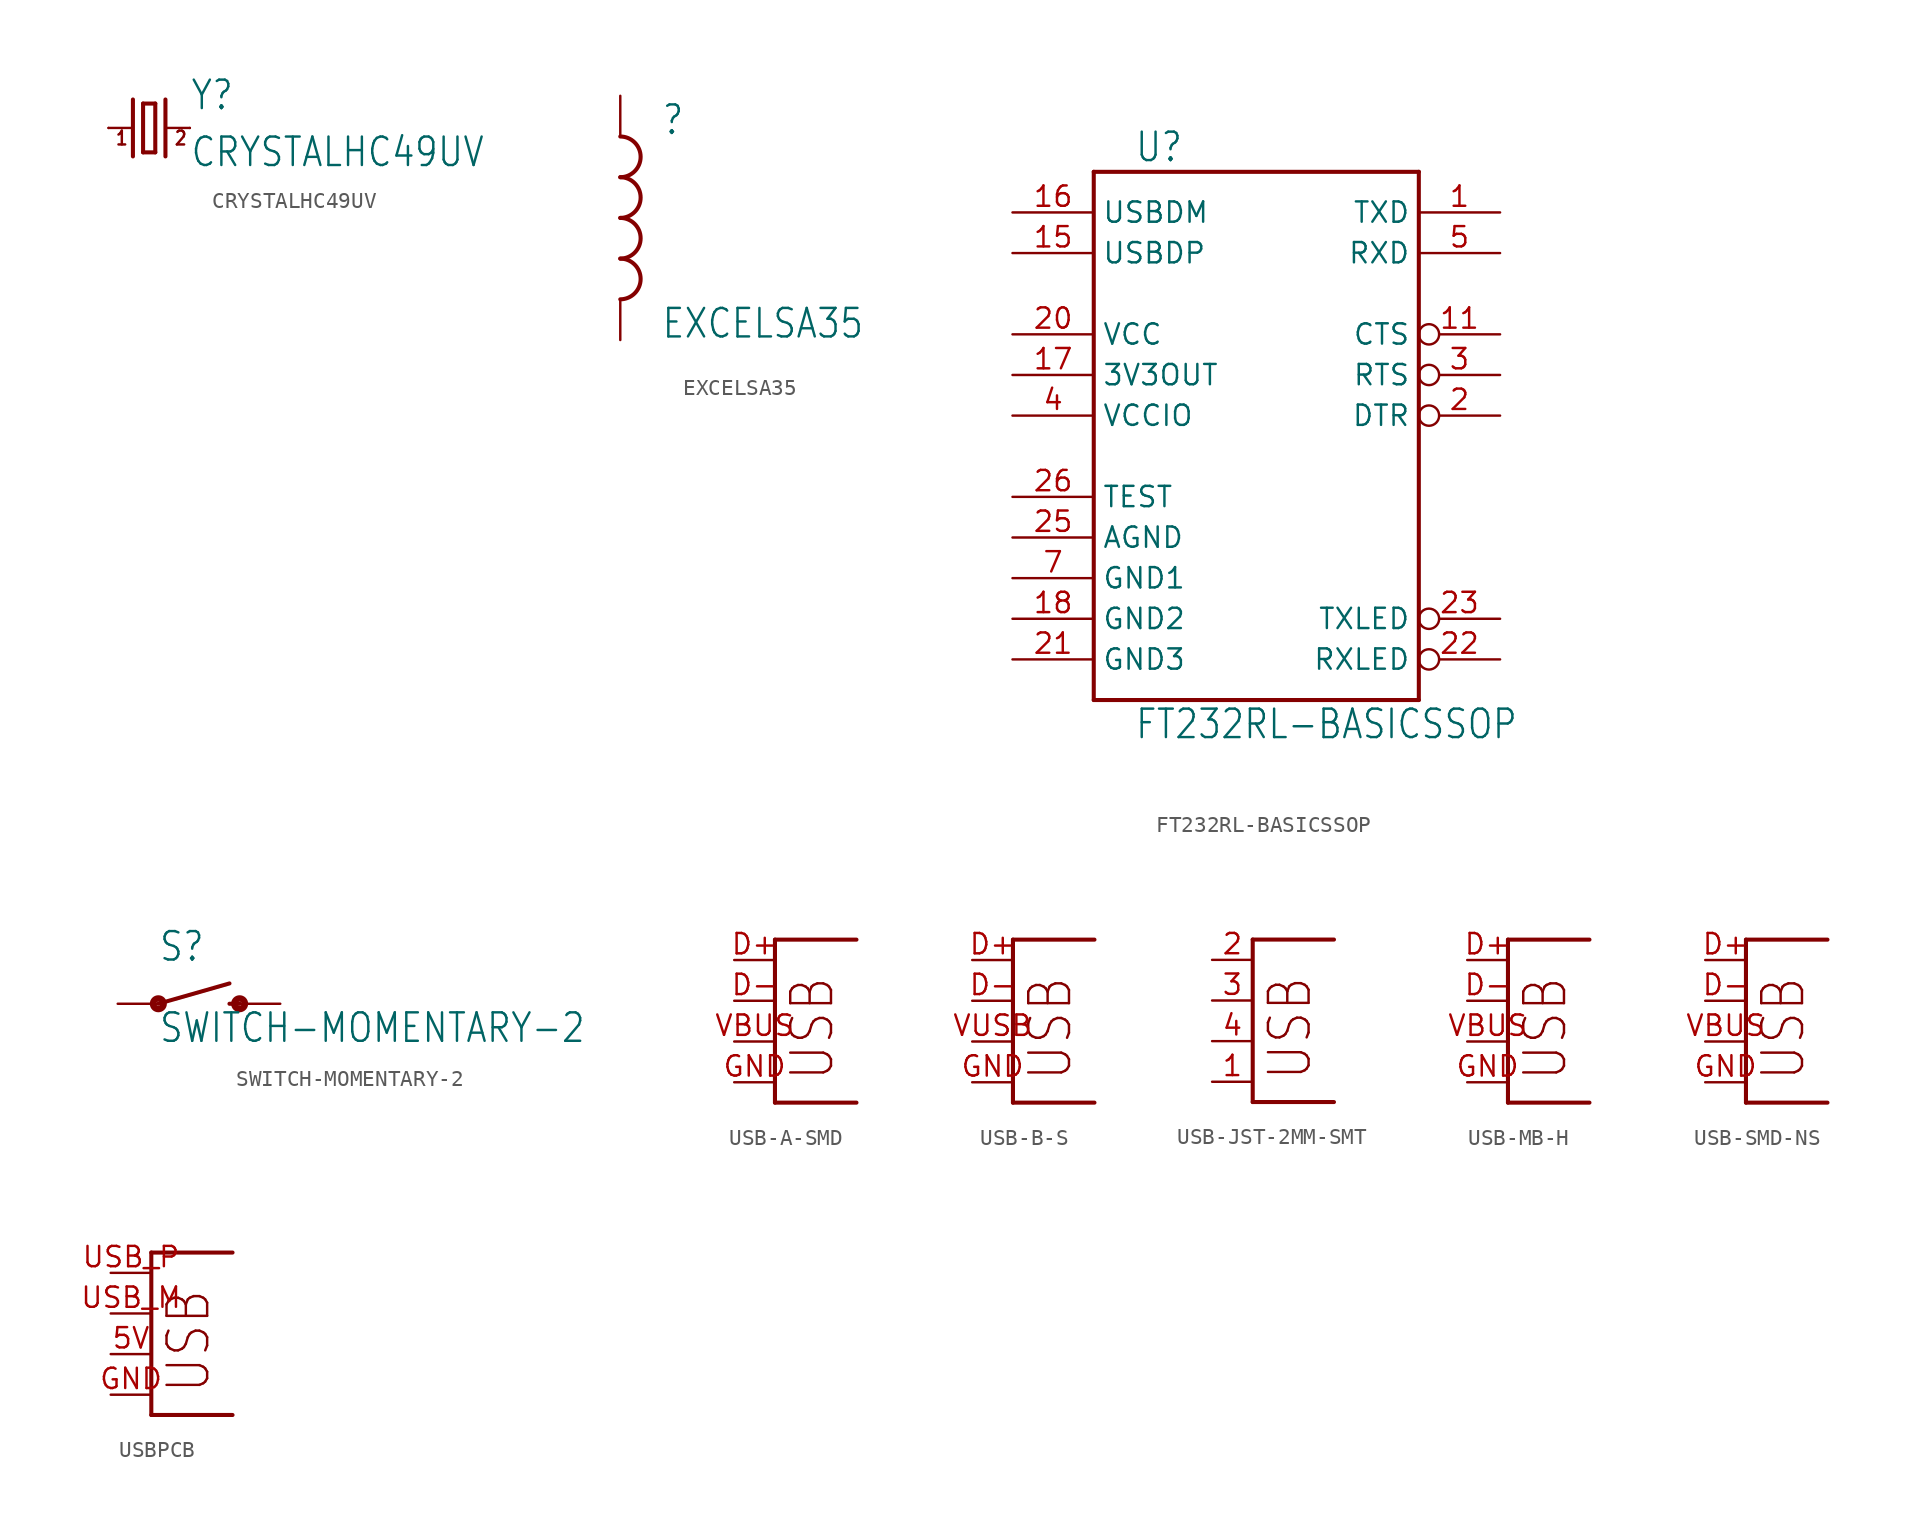
<source format=kicad_sym>
(kicad_symbol_lib
  (version 20211014)
  (generator kicad_symbol_editor)
  (symbol "CRYSTALHC49UV"
    (property "Reference" "Y"
      (at 2.54 1.016 0)
      (effects (font (size 1.778 1.511)) (justify left bottom)))
    (property "Value" "CRYSTALHC49UV"
      (at 2.54 -2.54 0)
      (effects (font (size 1.778 1.511)) (justify left bottom)))
    (property "ki_locked" ""
      (at 0 0 0)
      (effects (font (size 1.27 1.27))))
    (symbol "CRYSTALHC49UV_1_0"
      (polyline (pts (xy -2.54 0) (xy -1.016 0)) (stroke (width 0.152) (type default) (color 0 0 0 0)) (fill (type none)))
      (polyline (pts (xy -1.016 1.778) (xy -1.016 -1.778)) (stroke (width 0.254) (type default) (color 0 0 0 0)) (fill (type none)))
      (polyline (pts (xy -0.381 -1.524) (xy 0.381 -1.524)) (stroke (width 0.254) (type default) (color 0 0 0 0)) (fill (type none)))
      (polyline (pts (xy -0.381 1.524) (xy -0.381 -1.524)) (stroke (width 0.254) (type default) (color 0 0 0 0)) (fill (type none)))
      (polyline (pts (xy 0.381 -1.524) (xy 0.381 1.524)) (stroke (width 0.254) (type default) (color 0 0 0 0)) (fill (type none)))
      (polyline (pts (xy 0.381 1.524) (xy -0.381 1.524)) (stroke (width 0.254) (type default) (color 0 0 0 0)) (fill (type none)))
      (polyline (pts (xy 1.016 0) (xy 2.54 0)) (stroke (width 0.152) (type default) (color 0 0 0 0)) (fill (type none)))
      (polyline (pts (xy 1.016 1.778) (xy 1.016 -1.778)) (stroke (width 0.254) (type default) (color 0 0 0 0)) (fill (type none)))
      (text "1" (at -2.159 -1.143 0) (effects (font (size 0.864 0.734)) (justify left bottom)))
      (text "2" (at 1.524 -1.143 0) (effects (font (size 0.864 0.734)) (justify left bottom)))
      (pin passive line (at -2.54 0 0) (length 0) (name "1" (effects (font (size 0 0)))) (number "1" (effects (font (size 0 0)))))
      (pin passive line (at 2.54 0 180) (length 0) (name "2" (effects (font (size 0 0)))) (number "2" (effects (font (size 0 0)))))))
  (symbol "EXCELSA35"
    (property "Reference" ""
      (at 2.54 5.08 0)
      (effects (font (size 1.778 1.511)) (justify left bottom)))
    (property "Value" "EXCELSA35"
      (at 2.54 -7.62 0)
      (effects (font (size 1.778 1.511)) (justify left bottom)))
    (property "ki_locked" ""
      (at 0 0 0)
      (effects (font (size 1.27 1.27))))
    (symbol "EXCELSA35_1_0"
      (arc (start 0 -5.08) (mid 1.27 -3.81) (end 0 -2.54) (stroke (width 0.254) (type default) (color 0 0 0 0)) (fill (type none)))
      (arc (start 0 -2.54) (mid 1.27 -1.27) (end 0 0) (stroke (width 0.254) (type default) (color 0 0 0 0)) (fill (type none)))
      (arc (start 0 0) (mid 1.27 1.27) (end 0 2.54) (stroke (width 0.254) (type default) (color 0 0 0 0)) (fill (type none)))
      (arc (start 0 2.54) (mid 1.27 3.81) (end 0 5.08) (stroke (width 0.254) (type default) (color 0 0 0 0)) (fill (type none)))
      (pin passive line (at 0 7.62 270) (length 2.54) (name "1" (effects (font (size 0 0)))) (number "P1" (effects (font (size 0 0)))))
      (pin passive line (at 0 -7.62 90) (length 2.54) (name "2" (effects (font (size 0 0)))) (number "P2" (effects (font (size 0 0)))))))
  (symbol "FT232RL-BASICSSOP"
    (property "Reference" "U"
      (at -7.62 15.748 0)
      (effects (font (size 1.778 1.511)) (justify left bottom)))
    (property "Value" "FT232RL-BASICSSOP"
      (at -7.62 -20.32 0)
      (effects (font (size 1.778 1.511)) (justify left bottom)))
    (property "ki_locked" ""
      (at 0 0 0)
      (effects (font (size 1.27 1.27))))
    (symbol "FT232RL-BASICSSOP_1_0"
      (polyline (pts (xy -10.16 -17.78) (xy -10.16 15.24)) (stroke (width 0.254) (type default) (color 0 0 0 0)) (fill (type none)))
      (polyline (pts (xy -10.16 15.24) (xy 10.16 15.24)) (stroke (width 0.254) (type default) (color 0 0 0 0)) (fill (type none)))
      (polyline (pts (xy 10.16 -17.78) (xy -10.16 -17.78)) (stroke (width 0.254) (type default) (color 0 0 0 0)) (fill (type none)))
      (polyline (pts (xy 10.16 15.24) (xy 10.16 -17.78)) (stroke (width 0.254) (type default) (color 0 0 0 0)) (fill (type none)))
      (pin output line (at 15.24 12.7 180) (length 5.08) (name "TXD" (effects (font (size 1.27 1.27)))) (number "1" (effects (font (size 1.27 1.27)))))
      (pin bidirectional inverted (at 15.24 5.08 180) (length 5.08) (name "CTS" (effects (font (size 1.27 1.27)))) (number "11" (effects (font (size 1.27 1.27)))))
      (pin bidirectional line (at -15.24 10.16 0) (length 5.08) (name "USBDP" (effects (font (size 1.27 1.27)))) (number "15" (effects (font (size 1.27 1.27)))))
      (pin bidirectional line (at -15.24 12.7 0) (length 5.08) (name "USBDM" (effects (font (size 1.27 1.27)))) (number "16" (effects (font (size 1.27 1.27)))))
      (pin output line (at -15.24 2.54 0) (length 5.08) (name "3V3OUT" (effects (font (size 1.27 1.27)))) (number "17" (effects (font (size 1.27 1.27)))))
      (pin power_in line (at -15.24 -12.7 0) (length 5.08) (name "GND2" (effects (font (size 1.27 1.27)))) (number "18" (effects (font (size 1.27 1.27)))))
      (pin bidirectional inverted (at 15.24 0 180) (length 5.08) (name "DTR" (effects (font (size 1.27 1.27)))) (number "2" (effects (font (size 1.27 1.27)))))
      (pin power_in line (at -15.24 5.08 0) (length 5.08) (name "VCC" (effects (font (size 1.27 1.27)))) (number "20" (effects (font (size 1.27 1.27)))))
      (pin power_in line (at -15.24 -15.24 0) (length 5.08) (name "GND3" (effects (font (size 1.27 1.27)))) (number "21" (effects (font (size 1.27 1.27)))))
      (pin bidirectional inverted (at 15.24 -15.24 180) (length 5.08) (name "RXLED" (effects (font (size 1.27 1.27)))) (number "22" (effects (font (size 1.27 1.27)))))
      (pin bidirectional inverted (at 15.24 -12.7 180) (length 5.08) (name "TXLED" (effects (font (size 1.27 1.27)))) (number "23" (effects (font (size 1.27 1.27)))))
      (pin power_in line (at -15.24 -7.62 0) (length 5.08) (name "AGND" (effects (font (size 1.27 1.27)))) (number "25" (effects (font (size 1.27 1.27)))))
      (pin input line (at -15.24 -5.08 0) (length 5.08) (name "TEST" (effects (font (size 1.27 1.27)))) (number "26" (effects (font (size 1.27 1.27)))))
      (pin bidirectional inverted (at 15.24 2.54 180) (length 5.08) (name "RTS" (effects (font (size 1.27 1.27)))) (number "3" (effects (font (size 1.27 1.27)))))
      (pin power_in line (at -15.24 0 0) (length 5.08) (name "VCCIO" (effects (font (size 1.27 1.27)))) (number "4" (effects (font (size 1.27 1.27)))))
      (pin input line (at 15.24 10.16 180) (length 5.08) (name "RXD" (effects (font (size 1.27 1.27)))) (number "5" (effects (font (size 1.27 1.27)))))
      (pin power_in line (at -15.24 -10.16 0) (length 5.08) (name "GND1" (effects (font (size 1.27 1.27)))) (number "7" (effects (font (size 1.27 1.27)))))))
  (symbol "SWITCH-MOMENTARY-2"
    (property "Reference" "S"
      (at -2.54 2.54 0)
      (effects (font (size 1.778 1.511)) (justify left bottom)))
    (property "Value" "SWITCH-MOMENTARY-2"
      (at -2.54 -2.54 0)
      (effects (font (size 1.778 1.511)) (justify left bottom)))
    (property "ki_locked" ""
      (at 0 0 0)
      (effects (font (size 1.27 1.27))))
    (symbol "SWITCH-MOMENTARY-2_1_0"
      (circle (center -2.54 0) (radius 0.127) (stroke (width 0.406) (type default) (color 0 0 0 0)) (fill (type none)))
      (polyline (pts (xy -2.54 0) (xy 1.905 1.27)) (stroke (width 0.254) (type default) (color 0 0 0 0)) (fill (type none)))
      (polyline (pts (xy 1.905 0) (xy 2.54 0)) (stroke (width 0.254) (type default) (color 0 0 0 0)) (fill (type none)))
      (circle (center 2.54 0) (radius 0.127) (stroke (width 0.406) (type default) (color 0 0 0 0)) (fill (type none)))
      (pin passive line (at -5.08 0 0) (length 2.54) (name "1" (effects (font (size 0 0)))) (number "P$1" (effects (font (size 0 0)))))
      (pin passive line (at 5.08 0 180) (length 2.54) (name "2" (effects (font (size 0 0)))) (number "P$2" (effects (font (size 0 0)))))))
  (symbol "USB-A-SMD"
    (property "Reference" "X"
      (at 0 0 0)
      (effects (font (size 1.27 1.27)) hide))
    (property "ki_locked" ""
      (at 0 0 0)
      (effects (font (size 1.27 1.27))))
    (symbol "USB-A-SMD_1_0"
      (polyline (pts (xy 0 -1.27) (xy 5.08 -1.27)) (stroke (width 0.254) (type default) (color 0 0 0 0)) (fill (type none)))
      (polyline (pts (xy 0 8.89) (xy 0 -1.27)) (stroke (width 0.254) (type default) (color 0 0 0 0)) (fill (type none)))
      (polyline (pts (xy 5.08 8.89) (xy 0 8.89)) (stroke (width 0.254) (type default) (color 0 0 0 0)) (fill (type none)))
      (text "USB" (at 3.81 0 900) (effects (font (size 2.54 2.159)) (justify left bottom)))
      (pin bidirectional line (at -2.54 7.62 0) (length 2.54) (name "D+" (effects (font (size 0 0)))) (number "D+" (effects (font (size 1.27 1.27)))))
      (pin bidirectional line (at -2.54 5.08 0) (length 2.54) (name "D-" (effects (font (size 0 0)))) (number "D-" (effects (font (size 1.27 1.27)))))
      (pin bidirectional line (at -2.54 0 0) (length 2.54) (name "GND" (effects (font (size 0 0)))) (number "GND" (effects (font (size 1.27 1.27)))))
      (pin bidirectional line (at -2.54 2.54 0) (length 2.54) (name "VBUS" (effects (font (size 0 0)))) (number "VBUS" (effects (font (size 1.27 1.27)))))))
  (symbol "USB-B-S"
    (property "Reference" "X"
      (at 0 0 0)
      (effects (font (size 1.27 1.27)) hide))
    (property "ki_locked" ""
      (at 0 0 0)
      (effects (font (size 1.27 1.27))))
    (symbol "USB-B-S_1_0"
      (polyline (pts (xy 0 -1.27) (xy 5.08 -1.27)) (stroke (width 0.254) (type default) (color 0 0 0 0)) (fill (type none)))
      (polyline (pts (xy 0 8.89) (xy 0 -1.27)) (stroke (width 0.254) (type default) (color 0 0 0 0)) (fill (type none)))
      (polyline (pts (xy 5.08 8.89) (xy 0 8.89)) (stroke (width 0.254) (type default) (color 0 0 0 0)) (fill (type none)))
      (text "USB" (at 3.81 0 900) (effects (font (size 2.54 2.159)) (justify left bottom)))
      (pin bidirectional line (at -2.54 7.62 0) (length 2.54) (name "D+" (effects (font (size 0 0)))) (number "D+" (effects (font (size 1.27 1.27)))))
      (pin bidirectional line (at -2.54 5.08 0) (length 2.54) (name "D-" (effects (font (size 0 0)))) (number "D-" (effects (font (size 1.27 1.27)))))
      (pin bidirectional line (at -2.54 0 0) (length 2.54) (name "GND" (effects (font (size 0 0)))) (number "GND" (effects (font (size 1.27 1.27)))))
      (pin bidirectional line (at -2.54 2.54 0) (length 2.54) (name "VBUS" (effects (font (size 0 0)))) (number "VUSB" (effects (font (size 1.27 1.27)))))))
  (symbol "USB-JST-2MM-SMT"
    (property "Reference" "X"
      (at 0 0 0)
      (effects (font (size 1.27 1.27)) hide))
    (property "ki_locked" ""
      (at 0 0 0)
      (effects (font (size 1.27 1.27))))
    (symbol "USB-JST-2MM-SMT_1_0"
      (polyline (pts (xy 0 -1.27) (xy 5.08 -1.27)) (stroke (width 0.254) (type default) (color 0 0 0 0)) (fill (type none)))
      (polyline (pts (xy 0 8.89) (xy 0 -1.27)) (stroke (width 0.254) (type default) (color 0 0 0 0)) (fill (type none)))
      (polyline (pts (xy 5.08 8.89) (xy 0 8.89)) (stroke (width 0.254) (type default) (color 0 0 0 0)) (fill (type none)))
      (text "USB" (at 3.81 0 900) (effects (font (size 2.54 2.159)) (justify left bottom)))
      (pin bidirectional line (at -2.54 0 0) (length 2.54) (name "GND" (effects (font (size 0 0)))) (number "1" (effects (font (size 1.27 1.27)))))
      (pin bidirectional line (at -2.54 7.62 0) (length 2.54) (name "D+" (effects (font (size 0 0)))) (number "2" (effects (font (size 1.27 1.27)))))
      (pin bidirectional line (at -2.54 5.08 0) (length 2.54) (name "D-" (effects (font (size 0 0)))) (number "3" (effects (font (size 1.27 1.27)))))
      (pin bidirectional line (at -2.54 2.54 0) (length 2.54) (name "VBUS" (effects (font (size 0 0)))) (number "4" (effects (font (size 1.27 1.27)))))))
  (symbol "USB-MB-H"
    (property "Reference" "X"
      (at 0 0 0)
      (effects (font (size 1.27 1.27)) hide))
    (property "ki_locked" ""
      (at 0 0 0)
      (effects (font (size 1.27 1.27))))
    (symbol "USB-MB-H_1_0"
      (polyline (pts (xy 0 -1.27) (xy 5.08 -1.27)) (stroke (width 0.254) (type default) (color 0 0 0 0)) (fill (type none)))
      (polyline (pts (xy 0 8.89) (xy 0 -1.27)) (stroke (width 0.254) (type default) (color 0 0 0 0)) (fill (type none)))
      (polyline (pts (xy 5.08 8.89) (xy 0 8.89)) (stroke (width 0.254) (type default) (color 0 0 0 0)) (fill (type none)))
      (text "USB" (at 3.81 0 900) (effects (font (size 2.54 2.159)) (justify left bottom)))
      (pin bidirectional line (at -2.54 7.62 0) (length 2.54) (name "D+" (effects (font (size 0 0)))) (number "D+" (effects (font (size 1.27 1.27)))))
      (pin bidirectional line (at -2.54 5.08 0) (length 2.54) (name "D-" (effects (font (size 0 0)))) (number "D-" (effects (font (size 1.27 1.27)))))
      (pin bidirectional line (at -2.54 0 0) (length 2.54) (name "GND" (effects (font (size 0 0)))) (number "GND" (effects (font (size 1.27 1.27)))))
      (pin bidirectional line (at -2.54 2.54 0) (length 2.54) (name "VBUS" (effects (font (size 0 0)))) (number "VBUS" (effects (font (size 1.27 1.27)))))))
  (symbol "USB-SMD-NS"
    (property "Reference" "X"
      (at 0 0 0)
      (effects (font (size 1.27 1.27)) hide))
    (property "ki_locked" ""
      (at 0 0 0)
      (effects (font (size 1.27 1.27))))
    (symbol "USB-SMD-NS_1_0"
      (polyline (pts (xy 0 -1.27) (xy 5.08 -1.27)) (stroke (width 0.254) (type default) (color 0 0 0 0)) (fill (type none)))
      (polyline (pts (xy 0 8.89) (xy 0 -1.27)) (stroke (width 0.254) (type default) (color 0 0 0 0)) (fill (type none)))
      (polyline (pts (xy 5.08 8.89) (xy 0 8.89)) (stroke (width 0.254) (type default) (color 0 0 0 0)) (fill (type none)))
      (text "USB" (at 3.81 0 900) (effects (font (size 2.54 2.159)) (justify left bottom)))
      (pin bidirectional line (at -2.54 7.62 0) (length 2.54) (name "D+" (effects (font (size 0 0)))) (number "D+" (effects (font (size 1.27 1.27)))))
      (pin bidirectional line (at -2.54 5.08 0) (length 2.54) (name "D-" (effects (font (size 0 0)))) (number "D-" (effects (font (size 1.27 1.27)))))
      (pin bidirectional line (at -2.54 0 0) (length 2.54) (name "GND" (effects (font (size 0 0)))) (number "GND" (effects (font (size 1.27 1.27)))))
      (pin bidirectional line (at -2.54 2.54 0) (length 2.54) (name "VBUS" (effects (font (size 0 0)))) (number "VBUS" (effects (font (size 1.27 1.27)))))))
  (symbol "USBPCB"
    (property "Reference" "X"
      (at 0 0 0)
      (effects (font (size 1.27 1.27)) hide))
    (property "ki_locked" ""
      (at 0 0 0)
      (effects (font (size 1.27 1.27))))
    (symbol "USBPCB_1_0"
      (polyline (pts (xy 0 -1.27) (xy 5.08 -1.27)) (stroke (width 0.254) (type default) (color 0 0 0 0)) (fill (type none)))
      (polyline (pts (xy 0 8.89) (xy 0 -1.27)) (stroke (width 0.254) (type default) (color 0 0 0 0)) (fill (type none)))
      (polyline (pts (xy 5.08 8.89) (xy 0 8.89)) (stroke (width 0.254) (type default) (color 0 0 0 0)) (fill (type none)))
      (text "USB" (at 3.81 0 900) (effects (font (size 2.54 2.159)) (justify left bottom)))
      (pin bidirectional line (at -2.54 2.54 0) (length 2.54) (name "VBUS" (effects (font (size 0 0)))) (number "5V" (effects (font (size 1.27 1.27)))))
      (pin bidirectional line (at -2.54 0 0) (length 2.54) (name "GND" (effects (font (size 0 0)))) (number "GND" (effects (font (size 1.27 1.27)))))
      (pin bidirectional line (at -2.54 5.08 0) (length 2.54) (name "D-" (effects (font (size 0 0)))) (number "USB_M" (effects (font (size 1.27 1.27)))))
      (pin bidirectional line (at -2.54 7.62 0) (length 2.54) (name "D+" (effects (font (size 0 0)))) (number "USB_P" (effects (font (size 1.27 1.27))))))))
</source>
